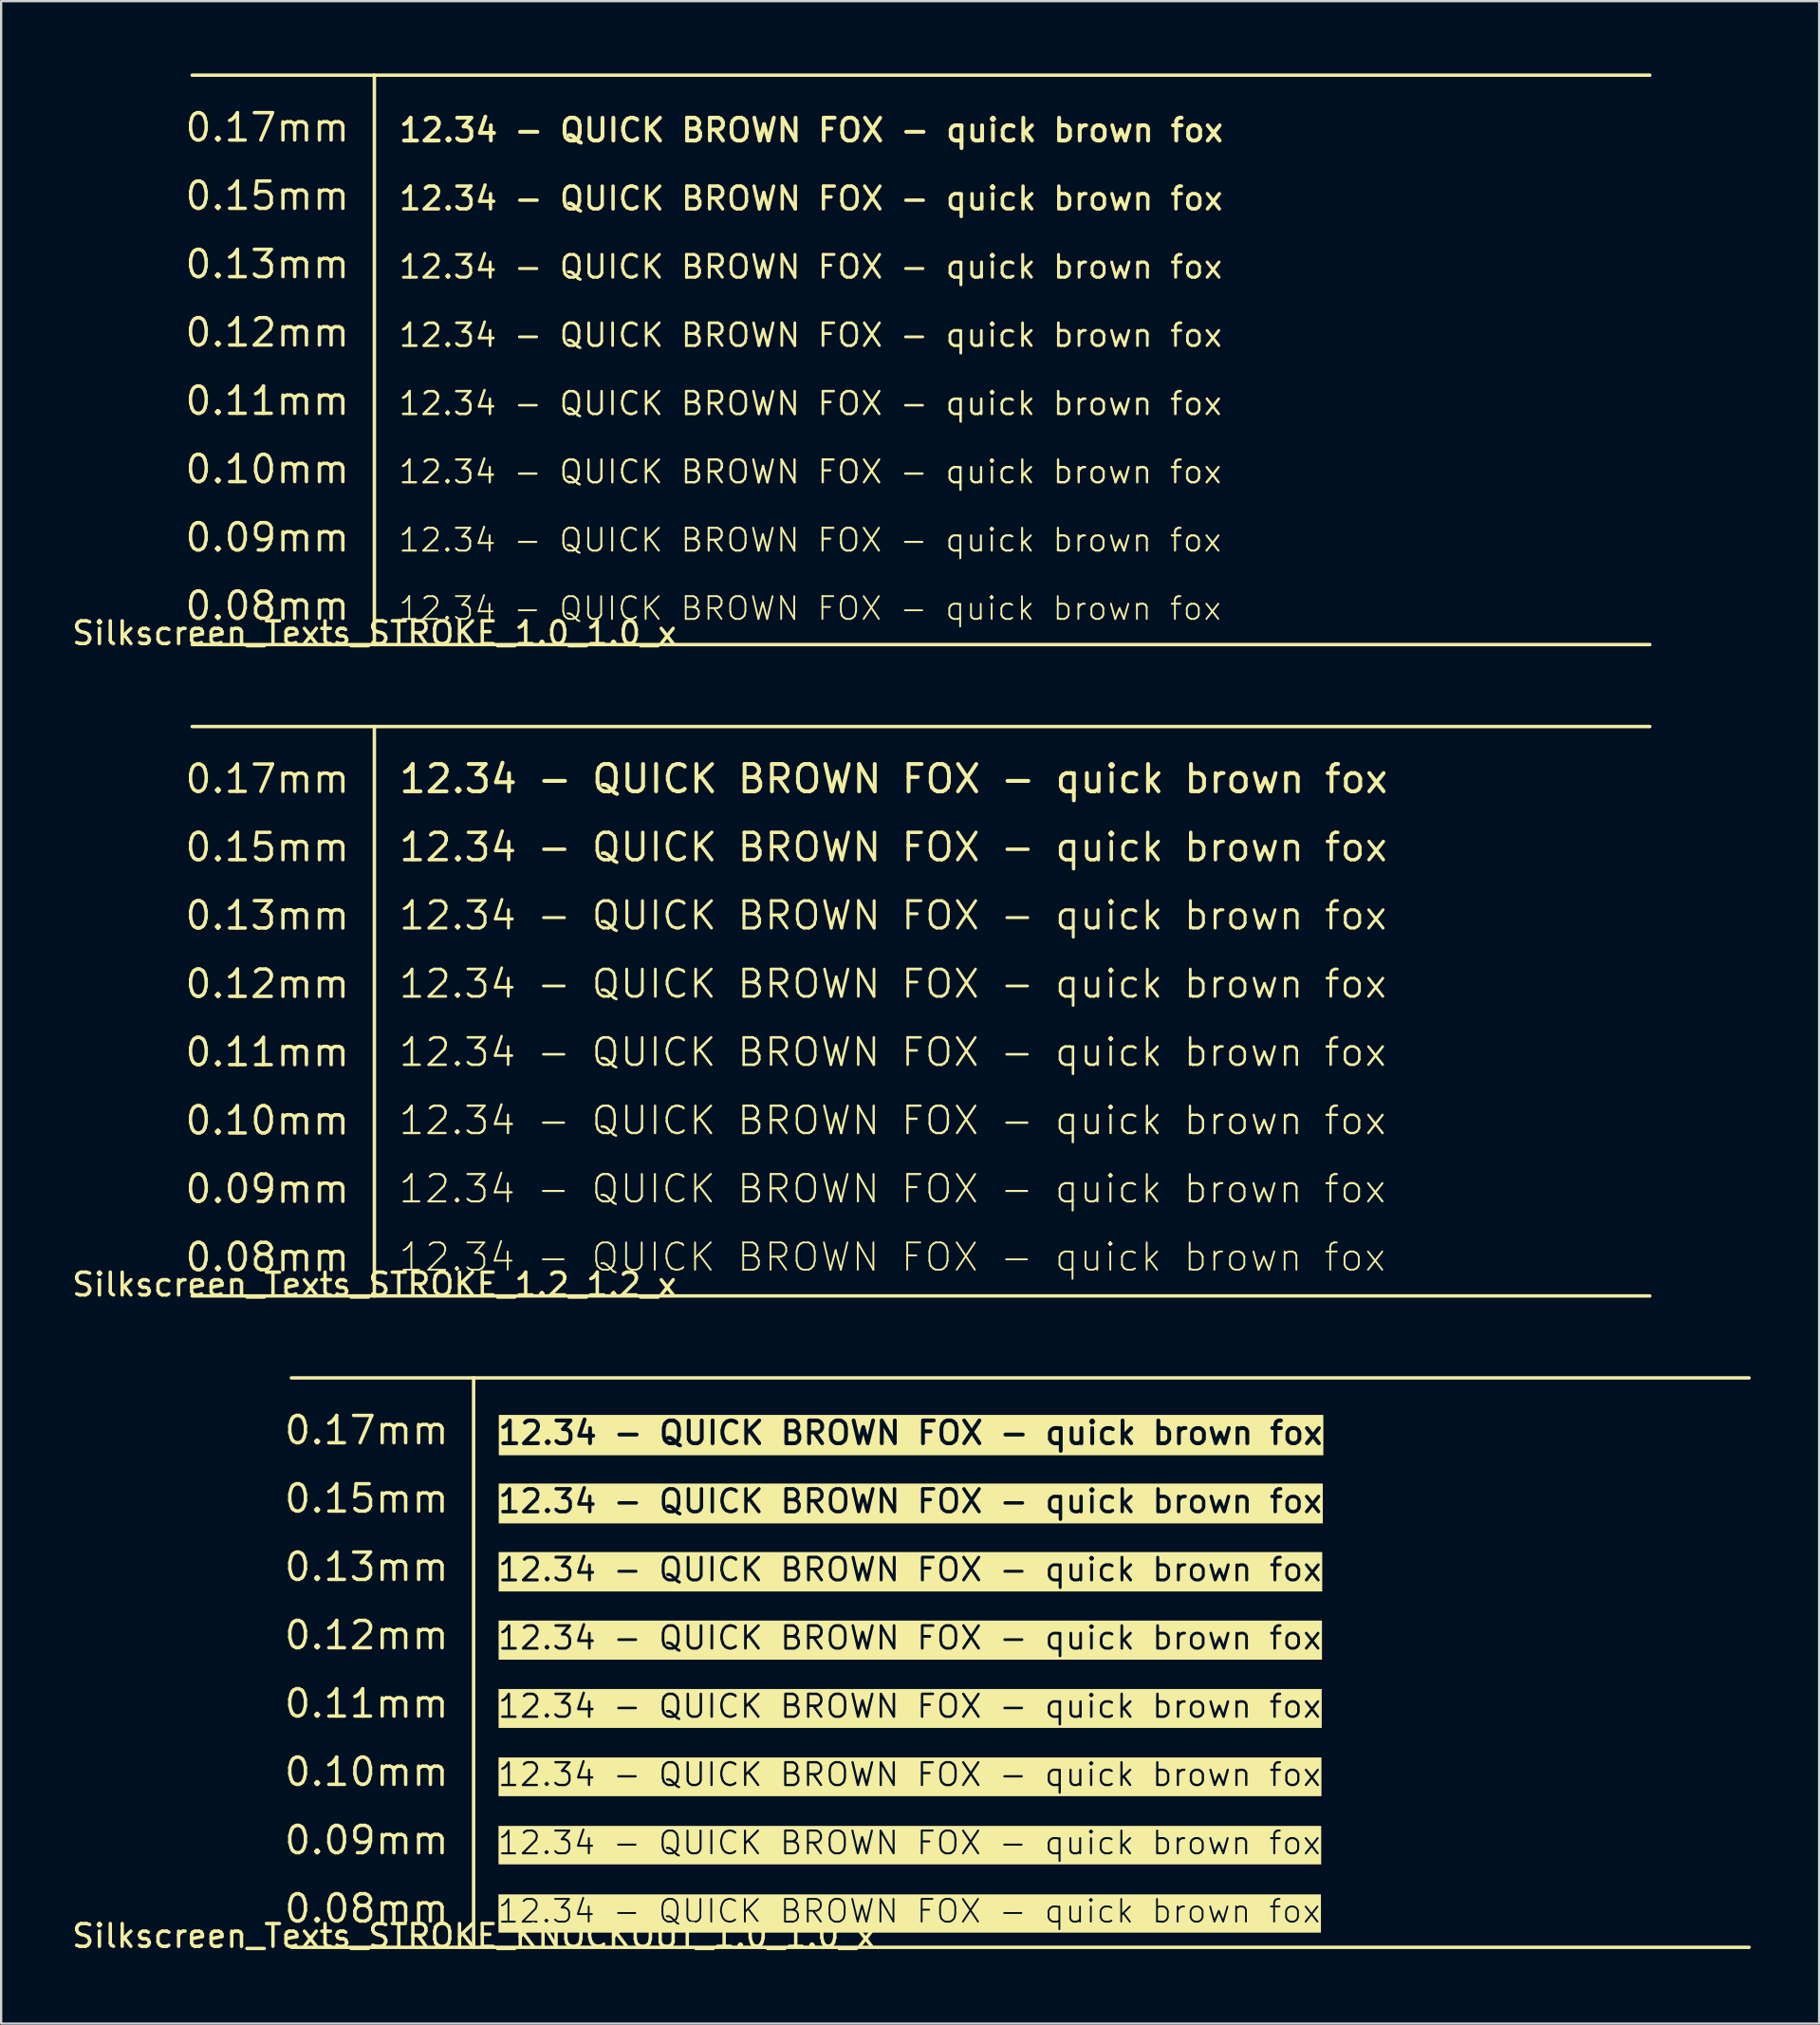
<source format=kicad_pcb>
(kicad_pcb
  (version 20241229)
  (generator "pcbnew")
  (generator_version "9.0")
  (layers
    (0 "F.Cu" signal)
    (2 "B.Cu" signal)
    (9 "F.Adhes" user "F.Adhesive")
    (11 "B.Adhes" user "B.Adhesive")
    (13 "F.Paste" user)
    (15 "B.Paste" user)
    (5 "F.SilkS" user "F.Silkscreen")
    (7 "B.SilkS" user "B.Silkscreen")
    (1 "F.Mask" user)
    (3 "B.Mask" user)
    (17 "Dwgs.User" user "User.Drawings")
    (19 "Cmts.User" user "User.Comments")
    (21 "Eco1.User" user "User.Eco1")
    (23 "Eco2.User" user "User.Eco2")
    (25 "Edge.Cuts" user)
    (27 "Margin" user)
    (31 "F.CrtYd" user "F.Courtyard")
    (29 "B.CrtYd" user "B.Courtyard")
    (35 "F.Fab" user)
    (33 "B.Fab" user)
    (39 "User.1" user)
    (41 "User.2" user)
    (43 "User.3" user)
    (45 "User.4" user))
  (footprint "Silkscreen_Texts_STROKE_1.2_1.2_x"
    (layer "F.Cu")
    (at 13.387 28.848)
    (property "Reference" "Silkscreen_Texts_STROKE_1.2_1.2_x" (at 0 24.5 0) (unlocked yes) (layer "F.SilkS") (effects (font (size 1 1) (thickness 0.15))))
    (fp_line (start -8 0) (end 56 0) (stroke (width 0.15) (type default)) (layer "F.SilkS"))
    (fp_line (start -8 25) (end 56 25) (stroke (width 0.15) (type default)) (layer "F.SilkS"))
    (fp_line (start 0 25) (end 0 0) (stroke (width 0.15) (type default)) (layer "F.SilkS"))
    (fp_text user "0.11mm" (at -1 15 0) (unlocked yes) (layer "F.SilkS") (effects (font (size 1.2 1.2) (thickness 0.15)) (justify right bottom)))
    (fp_text user "12.34 - QUICK BROWN FOX - quick brown fox " (at 1 3 0) (unlocked yes) (layer "F.SilkS") (effects (font (size 1.2 1.2) (thickness 0.17)) (justify left bottom)))
    (fp_text user "0.15mm" (at -1 6 0) (unlocked yes) (layer "F.SilkS") (effects (font (size 1.2 1.2) (thickness 0.15)) (justify right bottom)))
    (fp_text user "12.34 - QUICK BROWN FOX - quick brown fox " (at 1 18 0) (unlocked yes) (layer "F.SilkS") (effects (font (size 1.2 1.2) (thickness 0.1)) (justify left bottom)))
    (fp_text user "12.34 - QUICK BROWN FOX - quick brown fox " (at 1 12 0) (unlocked yes) (layer "F.SilkS") (effects (font (size 1.2 1.2) (thickness 0.12)) (justify left bottom)))
    (fp_text user "12.34 - QUICK BROWN FOX - quick brown fox " (at 1 21 0) (unlocked yes) (layer "F.SilkS") (effects (font (size 1.2 1.2) (thickness 0.09)) (justify left bottom)))
    (fp_text user "12.34 - QUICK BROWN FOX - quick brown fox " (at 1 15 0) (unlocked yes) (layer "F.SilkS") (effects (font (size 1.2 1.2) (thickness 0.11)) (justify left bottom)))
    (fp_text user "0.13mm" (at -1 9 0) (unlocked yes) (layer "F.SilkS") (effects (font (size 1.2 1.2) (thickness 0.15)) (justify right bottom)))
    (fp_text user "0.09mm" (at -1 21 0) (unlocked yes) (layer "F.SilkS") (effects (font (size 1.2 1.2) (thickness 0.15)) (justify right bottom)))
    (fp_text user "0.10mm" (at -1 18 0) (unlocked yes) (layer "F.SilkS") (effects (font (size 1.2 1.2) (thickness 0.15)) (justify right bottom)))
    (fp_text user "0.08mm" (at -1 24 0) (unlocked yes) (layer "F.SilkS") (effects (font (size 1.2 1.2) (thickness 0.15)) (justify right bottom)))
    (fp_text user "0.12mm" (at -1 12 0) (unlocked yes) (layer "F.SilkS") (effects (font (size 1.2 1.2) (thickness 0.15)) (justify right bottom)))
    (fp_text user "0.17mm" (at -1 3 0) (unlocked yes) (layer "F.SilkS") (effects (font (size 1.2 1.2) (thickness 0.15)) (justify right bottom)))
    (fp_text user "12.34 - QUICK BROWN FOX - quick brown fox " (at 1 6 0) (unlocked yes) (layer "F.SilkS") (effects (font (size 1.2 1.2) (thickness 0.15)) (justify left bottom)))
    (fp_text user "12.34 - QUICK BROWN FOX - quick brown fox " (at 1 9 0) (unlocked yes) (layer "F.SilkS") (effects (font (size 1.2 1.2) (thickness 0.13)) (justify left bottom)))
    (fp_text user "12.34 - QUICK BROWN FOX - quick brown fox " (at 1 24 0) (unlocked yes) (layer "F.SilkS") (effects (font (size 1.2 1.2) (thickness 0.08)) (justify left bottom))))
  (footprint "Silkscreen_Texts_STROKE_KNOCKOUT_1.0_1.0_x"
    (layer "F.Cu")
    (at 17.744 57.447)
    (property "Reference" "Silkscreen_Texts_STROKE_KNOCKOUT_1.0_1.0_x" (at 0 24.5 0) (unlocked yes) (layer "F.SilkS") (effects (font (size 1 1) (thickness 0.15))))
    (fp_line (start -8 0) (end 56 0) (stroke (width 0.15) (type default)) (layer "F.SilkS"))
    (fp_line (start -8 25) (end 56 25) (stroke (width 0.15) (type default)) (layer "F.SilkS"))
    (fp_line (start 0 25) (end 0 0) (stroke (width 0.15) (type default)) (layer "F.SilkS"))
    (fp_text user "12.34 - QUICK BROWN FOX - quick brown fox " (at 1 24 0) (unlocked yes) (layer "F.SilkS" knockout) (effects (font (size 1 1) (thickness 0.08)) (justify left bottom)))
    (fp_text user "0.15mm" (at -1 6 0) (unlocked yes) (layer "F.SilkS") (effects (font (size 1.2 1.2) (thickness 0.15)) (justify right bottom)))
    (fp_text user "12.34 - QUICK BROWN FOX - quick brown fox " (at 1 18 0) (unlocked yes) (layer "F.SilkS" knockout) (effects (font (size 1 1) (thickness 0.1)) (justify left bottom)))
    (fp_text user "12.34 - QUICK BROWN FOX - quick brown fox " (at 1 21 0) (unlocked yes) (layer "F.SilkS" knockout) (effects (font (size 1 1) (thickness 0.09)) (justify left bottom)))
    (fp_text user "12.34 - QUICK BROWN FOX - quick brown fox " (at 1 12 0) (unlocked yes) (layer "F.SilkS" knockout) (effects (font (size 1 1) (thickness 0.12)) (justify left bottom)))
    (fp_text user "12.34 - QUICK BROWN FOX - quick brown fox " (at 1 15 0) (unlocked yes) (layer "F.SilkS" knockout) (effects (font (size 1 1) (thickness 0.11)) (justify left bottom)))
    (fp_text user "0.10mm" (at -1 18 0) (unlocked yes) (layer "F.SilkS") (effects (font (size 1.2 1.2) (thickness 0.15)) (justify right bottom)))
    (fp_text user "12.34 - QUICK BROWN FOX - quick brown fox " (at 1 3 0) (unlocked yes) (layer "F.SilkS" knockout) (effects (font (size 1 1) (thickness 0.17)) (justify left bottom)))
    (fp_text user "0.17mm" (at -1 3 0) (unlocked yes) (layer "F.SilkS") (effects (font (size 1.2 1.2) (thickness 0.15)) (justify right bottom)))
    (fp_text user "0.09mm" (at -1 21 0) (unlocked yes) (layer "F.SilkS") (effects (font (size 1.2 1.2) (thickness 0.15)) (justify right bottom)))
    (fp_text user "0.08mm" (at -1 24 0) (unlocked yes) (layer "F.SilkS") (effects (font (size 1.2 1.2) (thickness 0.15)) (justify right bottom)))
    (fp_text user "0.12mm" (at -1 12 0) (unlocked yes) (layer "F.SilkS") (effects (font (size 1.2 1.2) (thickness 0.15)) (justify right bottom)))
    (fp_text user "12.34 - QUICK BROWN FOX - quick brown fox " (at 1 9 0) (unlocked yes) (layer "F.SilkS" knockout) (effects (font (size 1 1) (thickness 0.13)) (justify left bottom)))
    (fp_text user "12.34 - QUICK BROWN FOX - quick brown fox " (at 1 6 0) (unlocked yes) (layer "F.SilkS" knockout) (effects (font (size 1 1) (thickness 0.15)) (justify left bottom)))
    (fp_text user "0.11mm" (at -1 15 0) (unlocked yes) (layer "F.SilkS") (effects (font (size 1.2 1.2) (thickness 0.15)) (justify right bottom)))
    (fp_text user "0.13mm" (at -1 9 0) (unlocked yes) (layer "F.SilkS") (effects (font (size 1.2 1.2) (thickness 0.15)) (justify right bottom))))
  (footprint "Silkscreen_Texts_STROKE_1.0_1.0_x"
    (layer "F.Cu")
    (at 13.387 0.25)
    (property "Reference" "Silkscreen_Texts_STROKE_1.0_1.0_x" (at 0 24.5 0) (unlocked yes) (layer "F.SilkS") (effects (font (size 1 1) (thickness 0.15))))
    (fp_line (start -8 0) (end 56 0) (stroke (width 0.15) (type default)) (layer "F.SilkS"))
    (fp_line (start -8 25) (end 56 25) (stroke (width 0.15) (type default)) (layer "F.SilkS"))
    (fp_line (start 0 25) (end 0 0) (stroke (width 0.15) (type default)) (layer "F.SilkS"))
    (fp_text user "0.13mm" (at -1 9 0) (unlocked yes) (layer "F.SilkS") (effects (font (size 1.2 1.2) (thickness 0.15)) (justify right bottom)))
    (fp_text user "12.34 - QUICK BROWN FOX - quick brown fox " (at 1 18 0) (unlocked yes) (layer "F.SilkS") (effects (font (size 1 1) (thickness 0.1)) (justify left bottom)))
    (fp_text user "12.34 - QUICK BROWN FOX - quick brown fox " (at 1 9 0) (unlocked yes) (layer "F.SilkS") (effects (font (size 1 1) (thickness 0.13)) (justify left bottom)))
    (fp_text user "0.11mm" (at -1 15 0) (unlocked yes) (layer "F.SilkS") (effects (font (size 1.2 1.2) (thickness 0.15)) (justify right bottom)))
    (fp_text user "0.08mm" (at -1 24 0) (unlocked yes) (layer "F.SilkS") (effects (font (size 1.2 1.2) (thickness 0.15)) (justify right bottom)))
    (fp_text user "0.09mm" (at -1 21 0) (unlocked yes) (layer "F.SilkS") (effects (font (size 1.2 1.2) (thickness 0.15)) (justify right bottom)))
    (fp_text user "12.34 - QUICK BROWN FOX - quick brown fox " (at 1 15 0) (unlocked yes) (layer "F.SilkS") (effects (font (size 1 1) (thickness 0.11)) (justify left bottom)))
    (fp_text user "12.34 - QUICK BROWN FOX - quick brown fox " (at 1 21 0) (unlocked yes) (layer "F.SilkS") (effects (font (size 1 1) (thickness 0.09)) (justify left bottom)))
    (fp_text user "12.34 - QUICK BROWN FOX - quick brown fox " (at 1 3 0) (unlocked yes) (layer "F.SilkS") (effects (font (size 1 1) (thickness 0.17)) (justify left bottom)))
    (fp_text user "12.34 - QUICK BROWN FOX - quick brown fox " (at 1 6 0) (unlocked yes) (layer "F.SilkS") (effects (font (size 1 1) (thickness 0.15)) (justify left bottom)))
    (fp_text user "0.10mm" (at -1 18 0) (unlocked yes) (layer "F.SilkS") (effects (font (size 1.2 1.2) (thickness 0.15)) (justify right bottom)))
    (fp_text user "12.34 - QUICK BROWN FOX - quick brown fox " (at 1 12 0) (unlocked yes) (layer "F.SilkS") (effects (font (size 1 1) (thickness 0.12)) (justify left bottom)))
    (fp_text user "0.15mm" (at -1 6 0) (unlocked yes) (layer "F.SilkS") (effects (font (size 1.2 1.2) (thickness 0.15)) (justify right bottom)))
    (fp_text user "12.34 - QUICK BROWN FOX - quick brown fox " (at 1 24 0) (unlocked yes) (layer "F.SilkS") (effects (font (size 1 1) (thickness 0.08)) (justify left bottom)))
    (fp_text user "0.17mm" (at -1 3 0) (unlocked yes) (layer "F.SilkS") (effects (font (size 1.2 1.2) (thickness 0.15)) (justify right bottom)))
    (fp_text user "0.12mm" (at -1 12 0) (unlocked yes) (layer "F.SilkS") (effects (font (size 1.2 1.2) (thickness 0.15)) (justify right bottom))))
  (gr_rect
    (start -3 -3)
    (end 76.819 85.795)
    (stroke (width 0.1) (type default))
    (fill no)
    (layer "Edge.Cuts")))
</source>
